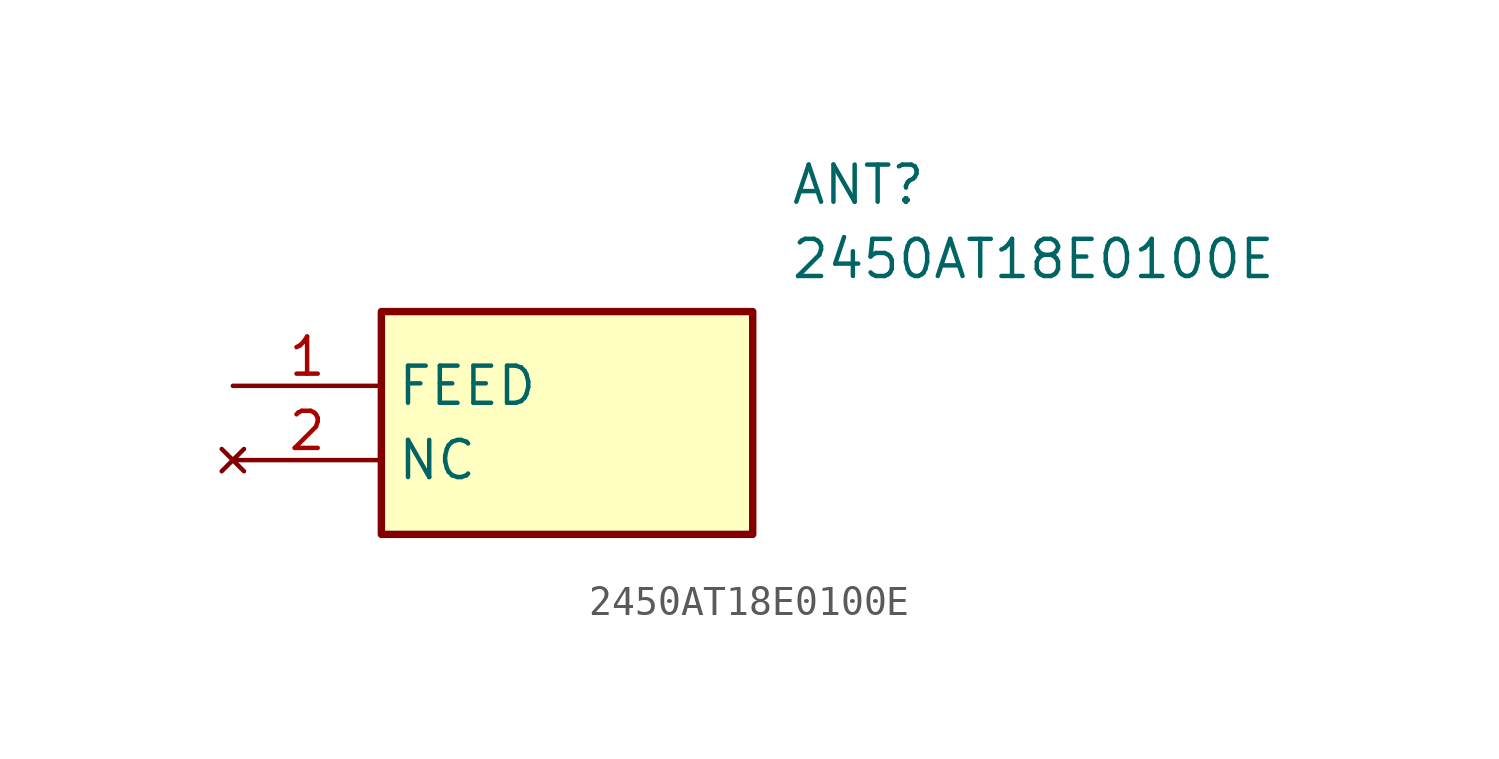
<source format=kicad_sym>
(kicad_symbol_lib
  (version 20211014)
  (generator SamacSys_ECAD_Model)
  (symbol "2450AT18E0100E"
    (property "Reference" "ANT"
      (at 19.05 7.62 0)
      (effects (font (size 1.27 1.27)) (justify left top)))
    (property "Value" "2450AT18E0100E"
      (at 19.05 5.08 0)
      (effects (font (size 1.27 1.27)) (justify left top)))
    (rectangle
      (start 5.08 2.54)
      (end 17.78 -5.08)
      (stroke (width 0.254) (type default))
      (fill (type background)))
    (pin input line
      (at 0 0 0)
      (length 5.08)
      (name "FEED" (effects (font (size 1.27 1.27))))
      (number "1" (effects (font (size 1.27 1.27)))))
    (pin no_connect line
      (at 0 -2.54 0)
      (length 5.08)
      (name "NC" (effects (font (size 1.27 1.27))))
      (number "2" (effects (font (size 1.27 1.27)))))))
</source>
